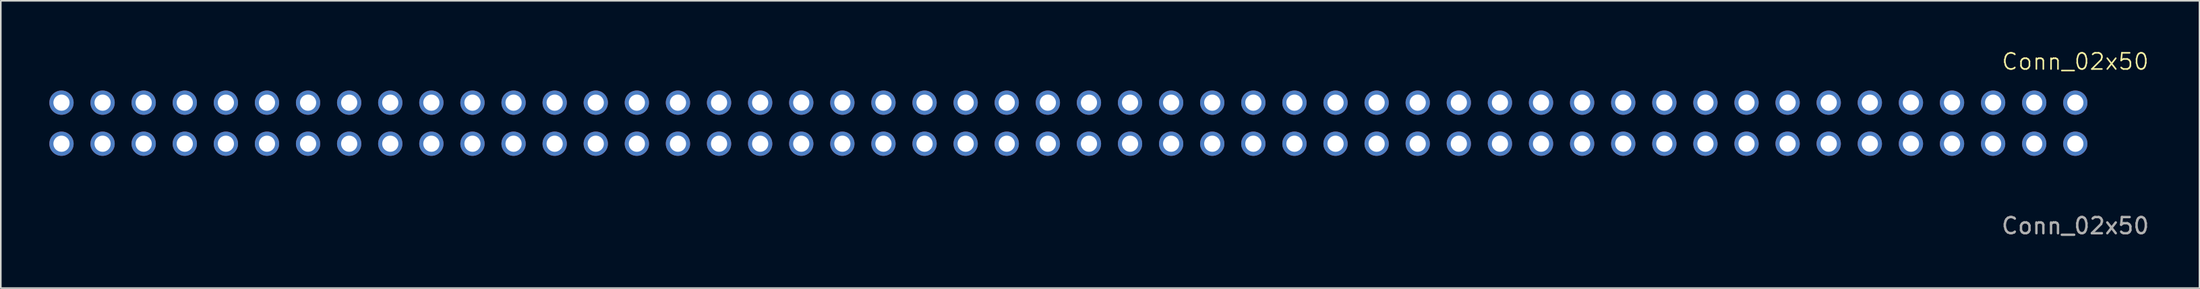
<source format=kicad_pcb>
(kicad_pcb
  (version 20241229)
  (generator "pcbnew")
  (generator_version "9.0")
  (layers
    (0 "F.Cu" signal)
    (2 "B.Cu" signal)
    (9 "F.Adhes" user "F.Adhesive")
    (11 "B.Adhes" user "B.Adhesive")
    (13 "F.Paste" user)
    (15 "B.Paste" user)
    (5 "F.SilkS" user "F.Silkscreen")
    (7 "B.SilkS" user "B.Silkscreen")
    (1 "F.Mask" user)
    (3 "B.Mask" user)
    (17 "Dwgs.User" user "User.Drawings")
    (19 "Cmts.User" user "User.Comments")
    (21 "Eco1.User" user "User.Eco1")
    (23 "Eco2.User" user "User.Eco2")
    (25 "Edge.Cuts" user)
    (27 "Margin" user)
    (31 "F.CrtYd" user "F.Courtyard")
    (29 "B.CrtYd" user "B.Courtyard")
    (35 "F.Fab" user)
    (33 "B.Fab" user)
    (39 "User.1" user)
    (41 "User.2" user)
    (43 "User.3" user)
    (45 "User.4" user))
  (footprint "Conn_02x50"
    (layer "F.Cu")
    (at 125.21 3.3)
    (property "Reference" "Conn_02x50" (at 0 -2.54 0) (unlocked yes) (layer "F.SilkS") (effects (font (size 1 1) (thickness 0.1))))
    (attr through_hole)
    (fp_text user "${REFERENCE}" (at 0 7.62 0) (unlocked yes) (layer "F.Fab") (effects (font (size 1 1) (thickness 0.15))))
    (pad "a1" thru_hole circle (at 0 0) (size 1.5 1.5) (drill 1) (layers "*.Cu" "*.Mask"))
    (pad "a2" thru_hole circle (at -2.54 0) (size 1.5 1.5) (drill 1) (layers "*.Cu" "*.Mask"))
    (pad "a3" thru_hole circle (at -5.08 0) (size 1.5 1.5) (drill 1) (layers "*.Cu" "*.Mask"))
    (pad "a4" thru_hole circle (at -7.62 0) (size 1.5 1.5) (drill 1) (layers "*.Cu" "*.Mask"))
    (pad "a5" thru_hole circle (at -10.16 0) (size 1.5 1.5) (drill 1) (layers "*.Cu" "*.Mask"))
    (pad "a6" thru_hole circle (at -12.7 0) (size 1.5 1.5) (drill 1) (layers "*.Cu" "*.Mask"))
    (pad "a7" thru_hole circle (at -15.24 0) (size 1.5 1.5) (drill 1) (layers "*.Cu" "*.Mask"))
    (pad "a8" thru_hole circle (at -17.78 0) (size 1.5 1.5) (drill 1) (layers "*.Cu" "*.Mask"))
    (pad "a9" thru_hole circle (at -20.32 0) (size 1.5 1.5) (drill 1) (layers "*.Cu" "*.Mask"))
    (pad "a10" thru_hole circle (at -22.86 0) (size 1.5 1.5) (drill 1) (layers "*.Cu" "*.Mask"))
    (pad "a11" thru_hole circle (at -25.4 0) (size 1.5 1.5) (drill 1) (layers "*.Cu" "*.Mask"))
    (pad "a12" thru_hole circle (at -27.94 0) (size 1.5 1.5) (drill 1) (layers "*.Cu" "*.Mask"))
    (pad "a13" thru_hole circle (at -30.48 0) (size 1.5 1.5) (drill 1) (layers "*.Cu" "*.Mask"))
    (pad "a14" thru_hole circle (at -33.02 0) (size 1.5 1.5) (drill 1) (layers "*.Cu" "*.Mask"))
    (pad "a15" thru_hole circle (at -35.56 0) (size 1.5 1.5) (drill 1) (layers "*.Cu" "*.Mask"))
    (pad "a16" thru_hole circle (at -38.1 0) (size 1.5 1.5) (drill 1) (layers "*.Cu" "*.Mask"))
    (pad "a17" thru_hole circle (at -40.64 0) (size 1.5 1.5) (drill 1) (layers "*.Cu" "*.Mask"))
    (pad "a18" thru_hole circle (at -43.18 0) (size 1.5 1.5) (drill 1) (layers "*.Cu" "*.Mask"))
    (pad "a19" thru_hole circle (at -45.72 0) (size 1.5 1.5) (drill 1) (layers "*.Cu" "*.Mask"))
    (pad "a20" thru_hole circle (at -48.26 0) (size 1.5 1.5) (drill 1) (layers "*.Cu" "*.Mask"))
    (pad "a21" thru_hole circle (at -50.8 0) (size 1.5 1.5) (drill 1) (layers "*.Cu" "*.Mask"))
    (pad "a22" thru_hole circle (at -53.34 0) (size 1.5 1.5) (drill 1) (layers "*.Cu" "*.Mask"))
    (pad "a23" thru_hole circle (at -55.88 0) (size 1.5 1.5) (drill 1) (layers "*.Cu" "*.Mask"))
    (pad "a24" thru_hole circle (at -58.42 0) (size 1.5 1.5) (drill 1) (layers "*.Cu" "*.Mask"))
    (pad "a25" thru_hole circle (at -60.96 0) (size 1.5 1.5) (drill 1) (layers "*.Cu" "*.Mask"))
    (pad "a26" thru_hole circle (at -63.5 0) (size 1.5 1.5) (drill 1) (layers "*.Cu" "*.Mask"))
    (pad "a27" thru_hole circle (at -66.04 0) (size 1.5 1.5) (drill 1) (layers "*.Cu" "*.Mask"))
    (pad "a28" thru_hole circle (at -68.58 0) (size 1.5 1.5) (drill 1) (layers "*.Cu" "*.Mask"))
    (pad "a29" thru_hole circle (at -71.12 0) (size 1.5 1.5) (drill 1) (layers "*.Cu" "*.Mask"))
    (pad "a30" thru_hole circle (at -73.66 0) (size 1.5 1.5) (drill 1) (layers "*.Cu" "*.Mask"))
    (pad "a31" thru_hole circle (at -76.2 0) (size 1.5 1.5) (drill 1) (layers "*.Cu" "*.Mask"))
    (pad "a32" thru_hole circle (at -78.74 0) (size 1.5 1.5) (drill 1) (layers "*.Cu" "*.Mask"))
    (pad "a33" thru_hole circle (at -81.28 0) (size 1.5 1.5) (drill 1) (layers "*.Cu" "*.Mask"))
    (pad "a34" thru_hole circle (at -83.82 0) (size 1.5 1.5) (drill 1) (layers "*.Cu" "*.Mask"))
    (pad "a35" thru_hole circle (at -86.36 0) (size 1.5 1.5) (drill 1) (layers "*.Cu" "*.Mask"))
    (pad "a36" thru_hole circle (at -88.9 0) (size 1.5 1.5) (drill 1) (layers "*.Cu" "*.Mask"))
    (pad "a37" thru_hole circle (at -91.44 0) (size 1.5 1.5) (drill 1) (layers "*.Cu" "*.Mask"))
    (pad "a38" thru_hole circle (at -93.98 0) (size 1.5 1.5) (drill 1) (layers "*.Cu" "*.Mask"))
    (pad "a39" thru_hole circle (at -96.52 0) (size 1.5 1.5) (drill 1) (layers "*.Cu" "*.Mask"))
    (pad "a40" thru_hole circle (at -99.06 0) (size 1.5 1.5) (drill 1) (layers "*.Cu" "*.Mask"))
    (pad "a41" thru_hole circle (at -101.6 0) (size 1.5 1.5) (drill 1) (layers "*.Cu" "*.Mask"))
    (pad "a42" thru_hole circle (at -104.14 0) (size 1.5 1.5) (drill 1) (layers "*.Cu" "*.Mask"))
    (pad "a43" thru_hole circle (at -106.68 0) (size 1.5 1.5) (drill 1) (layers "*.Cu" "*.Mask"))
    (pad "a44" thru_hole circle (at -109.22 0) (size 1.5 1.5) (drill 1) (layers "*.Cu" "*.Mask"))
    (pad "a45" thru_hole circle (at -111.76 0) (size 1.5 1.5) (drill 1) (layers "*.Cu" "*.Mask"))
    (pad "a46" thru_hole circle (at -114.3 0) (size 1.5 1.5) (drill 1) (layers "*.Cu" "*.Mask"))
    (pad "a47" thru_hole circle (at -116.84 0) (size 1.5 1.5) (drill 1) (layers "*.Cu" "*.Mask"))
    (pad "a48" thru_hole circle (at -119.38 0) (size 1.5 1.5) (drill 1) (layers "*.Cu" "*.Mask"))
    (pad "a49" thru_hole circle (at -121.92 0) (size 1.5 1.5) (drill 1) (layers "*.Cu" "*.Mask"))
    (pad "a50" thru_hole circle (at -124.46 0) (size 1.5 1.5) (drill 1) (layers "*.Cu" "*.Mask"))
    (pad "b1" thru_hole circle (at 0 2.54) (size 1.5 1.5) (drill 1) (layers "*.Cu" "*.Mask"))
    (pad "b2" thru_hole circle (at -2.54 2.54) (size 1.5 1.5) (drill 1) (layers "*.Cu" "*.Mask"))
    (pad "b3" thru_hole circle (at -5.08 2.54) (size 1.5 1.5) (drill 1) (layers "*.Cu" "*.Mask"))
    (pad "b4" thru_hole circle (at -7.62 2.54) (size 1.5 1.5) (drill 1) (layers "*.Cu" "*.Mask"))
    (pad "b5" thru_hole circle (at -10.16 2.54) (size 1.5 1.5) (drill 1) (layers "*.Cu" "*.Mask"))
    (pad "b6" thru_hole circle (at -12.7 2.54) (size 1.5 1.5) (drill 1) (layers "*.Cu" "*.Mask"))
    (pad "b7" thru_hole circle (at -15.24 2.54) (size 1.5 1.5) (drill 1) (layers "*.Cu" "*.Mask"))
    (pad "b8" thru_hole circle (at -17.78 2.54) (size 1.5 1.5) (drill 1) (layers "*.Cu" "*.Mask"))
    (pad "b9" thru_hole circle (at -20.32 2.54) (size 1.5 1.5) (drill 1) (layers "*.Cu" "*.Mask"))
    (pad "b10" thru_hole circle (at -22.86 2.54) (size 1.5 1.5) (drill 1) (layers "*.Cu" "*.Mask"))
    (pad "b11" thru_hole circle (at -25.4 2.54) (size 1.5 1.5) (drill 1) (layers "*.Cu" "*.Mask"))
    (pad "b12" thru_hole circle (at -27.94 2.54) (size 1.5 1.5) (drill 1) (layers "*.Cu" "*.Mask"))
    (pad "b13" thru_hole circle (at -30.48 2.54) (size 1.5 1.5) (drill 1) (layers "*.Cu" "*.Mask"))
    (pad "b14" thru_hole circle (at -33.02 2.54) (size 1.5 1.5) (drill 1) (layers "*.Cu" "*.Mask"))
    (pad "b15" thru_hole circle (at -35.56 2.54) (size 1.5 1.5) (drill 1) (layers "*.Cu" "*.Mask"))
    (pad "b16" thru_hole circle (at -38.1 2.54) (size 1.5 1.5) (drill 1) (layers "*.Cu" "*.Mask"))
    (pad "b17" thru_hole circle (at -40.64 2.54) (size 1.5 1.5) (drill 1) (layers "*.Cu" "*.Mask"))
    (pad "b18" thru_hole circle (at -43.18 2.54) (size 1.5 1.5) (drill 1) (layers "*.Cu" "*.Mask"))
    (pad "b19" thru_hole circle (at -45.72 2.54) (size 1.5 1.5) (drill 1) (layers "*.Cu" "*.Mask"))
    (pad "b20" thru_hole circle (at -48.26 2.54) (size 1.5 1.5) (drill 1) (layers "*.Cu" "*.Mask"))
    (pad "b21" thru_hole circle (at -50.8 2.54) (size 1.5 1.5) (drill 1) (layers "*.Cu" "*.Mask"))
    (pad "b22" thru_hole circle (at -53.34 2.54) (size 1.5 1.5) (drill 1) (layers "*.Cu" "*.Mask"))
    (pad "b23" thru_hole circle (at -55.88 2.54) (size 1.5 1.5) (drill 1) (layers "*.Cu" "*.Mask"))
    (pad "b24" thru_hole circle (at -58.42 2.54) (size 1.5 1.5) (drill 1) (layers "*.Cu" "*.Mask"))
    (pad "b25" thru_hole circle (at -60.96 2.54) (size 1.5 1.5) (drill 1) (layers "*.Cu" "*.Mask"))
    (pad "b26" thru_hole circle (at -63.5 2.54) (size 1.5 1.5) (drill 1) (layers "*.Cu" "*.Mask"))
    (pad "b27" thru_hole circle (at -66.04 2.54) (size 1.5 1.5) (drill 1) (layers "*.Cu" "*.Mask"))
    (pad "b28" thru_hole circle (at -68.58 2.54) (size 1.5 1.5) (drill 1) (layers "*.Cu" "*.Mask"))
    (pad "b29" thru_hole circle (at -71.12 2.54) (size 1.5 1.5) (drill 1) (layers "*.Cu" "*.Mask"))
    (pad "b30" thru_hole circle (at -73.66 2.54) (size 1.5 1.5) (drill 1) (layers "*.Cu" "*.Mask"))
    (pad "b31" thru_hole circle (at -76.2 2.54) (size 1.5 1.5) (drill 1) (layers "*.Cu" "*.Mask"))
    (pad "b32" thru_hole circle (at -78.74 2.54) (size 1.5 1.5) (drill 1) (layers "*.Cu" "*.Mask"))
    (pad "b33" thru_hole circle (at -81.28 2.54) (size 1.5 1.5) (drill 1) (layers "*.Cu" "*.Mask"))
    (pad "b34" thru_hole circle (at -83.82 2.54) (size 1.5 1.5) (drill 1) (layers "*.Cu" "*.Mask"))
    (pad "b35" thru_hole circle (at -86.36 2.54) (size 1.5 1.5) (drill 1) (layers "*.Cu" "*.Mask"))
    (pad "b36" thru_hole circle (at -88.9 2.54) (size 1.5 1.5) (drill 1) (layers "*.Cu" "*.Mask"))
    (pad "b37" thru_hole circle (at -91.44 2.54) (size 1.5 1.5) (drill 1) (layers "*.Cu" "*.Mask"))
    (pad "b38" thru_hole circle (at -93.98 2.54) (size 1.5 1.5) (drill 1) (layers "*.Cu" "*.Mask"))
    (pad "b39" thru_hole circle (at -96.52 2.54) (size 1.5 1.5) (drill 1) (layers "*.Cu" "*.Mask"))
    (pad "b40" thru_hole circle (at -99.06 2.54) (size 1.5 1.5) (drill 1) (layers "*.Cu" "*.Mask"))
    (pad "b41" thru_hole circle (at -101.6 2.54) (size 1.5 1.5) (drill 1) (layers "*.Cu" "*.Mask"))
    (pad "b42" thru_hole circle (at -104.14 2.54) (size 1.5 1.5) (drill 1) (layers "*.Cu" "*.Mask"))
    (pad "b43" thru_hole circle (at -106.68 2.54) (size 1.5 1.5) (drill 1) (layers "*.Cu" "*.Mask"))
    (pad "b44" thru_hole circle (at -109.22 2.54) (size 1.5 1.5) (drill 1) (layers "*.Cu" "*.Mask"))
    (pad "b45" thru_hole circle (at -111.76 2.54) (size 1.5 1.5) (drill 1) (layers "*.Cu" "*.Mask"))
    (pad "b46" thru_hole circle (at -114.3 2.54) (size 1.5 1.5) (drill 1) (layers "*.Cu" "*.Mask"))
    (pad "b47" thru_hole circle (at -116.84 2.54) (size 1.5 1.5) (drill 1) (layers "*.Cu" "*.Mask"))
    (pad "b48" thru_hole circle (at -119.38 2.54) (size 1.5 1.5) (drill 1) (layers "*.Cu" "*.Mask"))
    (pad "b49" thru_hole circle (at -121.92 2.54) (size 1.5 1.5) (drill 1) (layers "*.Cu" "*.Mask"))
    (pad "b50" thru_hole circle (at -124.46 2.54) (size 1.5 1.5) (drill 1) (layers "*.Cu" "*.Mask")))
  (gr_rect
    (start -3 -3)
    (end 132.883 14.769)
    (stroke (width 0.1) (type default))
    (fill no)
    (layer "Edge.Cuts")))
</source>
